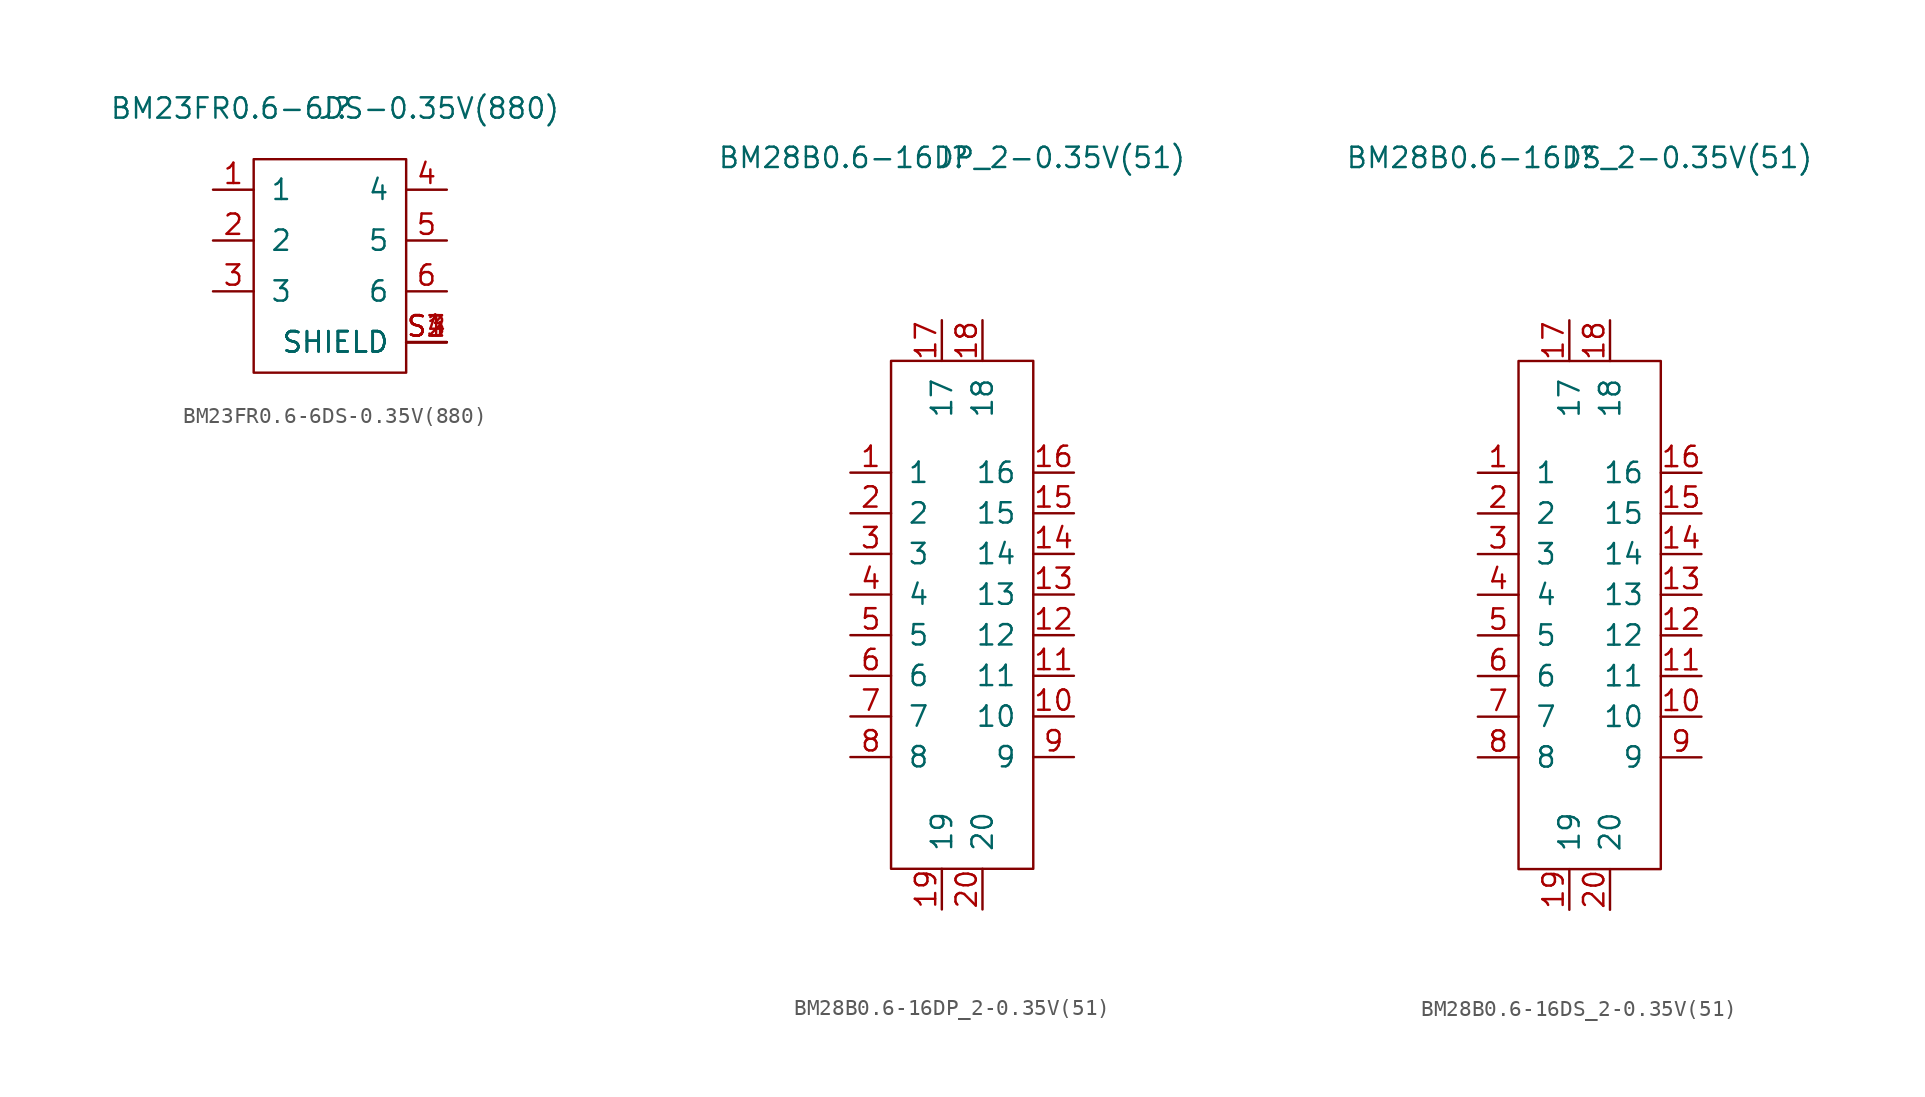
<source format=kicad_sym>
(kicad_symbol_lib
  (version 20211014)
  (generator kicad_symbol_editor)
  (symbol "BM23FR0.6-6DS-0.35V(880)"
    (pin_names
      (offset 1.016))
    (property "Reference" "J"
      (at 0 0 0)
      (effects (font (size 1.27 1.27))))
    (property "Value" "BM23FR0.6-6DS-0.35V(880)"
      (at 0 0 0)
      (effects (font (size 1.27 1.27))))
    (symbol "BM23FR0.6-6DS-0.35V(880)_0_1"
      (rectangle (start -5.08 -3.175) (end 4.445 -16.51) (stroke (width 0) (type default) (color 0 0 0 0)) (fill (type none))))
    (symbol "BM23FR0.6-6DS-0.35V(880)_1_1"
      (pin input line (at -7.62 -5.08 0) (length 2.54) (name "1" (effects (font (size 1.27 1.27)))) (number "1" (effects (font (size 1.27 1.27)))))
      (pin input line (at -7.62 -8.255 0) (length 2.54) (name "2" (effects (font (size 1.27 1.27)))) (number "2" (effects (font (size 1.27 1.27)))))
      (pin input line (at -7.62 -11.43 0) (length 2.54) (name "3" (effects (font (size 1.27 1.27)))) (number "3" (effects (font (size 1.27 1.27)))))
      (pin input line (at 6.985 -5.08 180) (length 2.54) (name "4" (effects (font (size 1.27 1.27)))) (number "4" (effects (font (size 1.27 1.27)))))
      (pin input line (at 6.985 -8.255 180) (length 2.54) (name "5" (effects (font (size 1.27 1.27)))) (number "5" (effects (font (size 1.27 1.27)))))
      (pin input line (at 6.985 -11.43 180) (length 2.54) (name "6" (effects (font (size 1.27 1.27)))) (number "6" (effects (font (size 1.27 1.27)))))
      (pin input line (at 6.985 -14.605 180) (length 2.54) (name "SHIELD" (effects (font (size 1.27 1.27)))) (number "S1" (effects (font (size 1.27 1.27)))))
      (pin input line (at 6.985 -14.605 180) (length 2.54) (name "SHIELD" (effects (font (size 1.27 1.27)))) (number "S2" (effects (font (size 1.27 1.27)))))
      (pin input line (at 6.985 -14.605 180) (length 2.54) (name "SHIELD" (effects (font (size 1.27 1.27)))) (number "S3" (effects (font (size 1.27 1.27)))))
      (pin input line (at 6.985 -14.605 180) (length 2.54) (name "SHIELD" (effects (font (size 1.27 1.27)))) (number "S4" (effects (font (size 1.27 1.27)))))))
  (symbol "BM28B0.6-16DP_2-0.35V(51)"
    (pin_names
      (offset 1.016))
    (property "Reference" "J"
      (at 0 0 0)
      (effects (font (size 1.27 1.27))))
    (property "Value" "BM28B0.6-16DP_2-0.35V(51)"
      (at 0 0 0)
      (effects (font (size 1.27 1.27))))
    (symbol "BM28B0.6-16DP_2-0.35V(51)_0_1"
      (rectangle (start -3.81 -12.7) (end 5.08 -44.45) (stroke (width 0) (type default) (color 0 0 0 0)) (fill (type none))))
    (symbol "BM28B0.6-16DP_2-0.35V(51)_1_1"
      (pin bidirectional line (at -6.35 -19.685 0) (length 2.54) (name "1" (effects (font (size 1.27 1.27)))) (number "1" (effects (font (size 1.27 1.27)))))
      (pin bidirectional line (at 7.62 -34.925 180) (length 2.54) (name "10" (effects (font (size 1.27 1.27)))) (number "10" (effects (font (size 1.27 1.27)))))
      (pin bidirectional line (at 7.62 -32.385 180) (length 2.54) (name "11" (effects (font (size 1.27 1.27)))) (number "11" (effects (font (size 1.27 1.27)))))
      (pin bidirectional line (at 7.62 -29.845 180) (length 2.54) (name "12" (effects (font (size 1.27 1.27)))) (number "12" (effects (font (size 1.27 1.27)))))
      (pin bidirectional line (at 7.62 -27.305 180) (length 2.54) (name "13" (effects (font (size 1.27 1.27)))) (number "13" (effects (font (size 1.27 1.27)))))
      (pin bidirectional line (at 7.62 -24.765 180) (length 2.54) (name "14" (effects (font (size 1.27 1.27)))) (number "14" (effects (font (size 1.27 1.27)))))
      (pin bidirectional line (at 7.62 -22.225 180) (length 2.54) (name "15" (effects (font (size 1.27 1.27)))) (number "15" (effects (font (size 1.27 1.27)))))
      (pin bidirectional line (at 7.62 -19.685 180) (length 2.54) (name "16" (effects (font (size 1.27 1.27)))) (number "16" (effects (font (size 1.27 1.27)))))
      (pin bidirectional line (at -0.635 -10.16 270) (length 2.54) (name "17" (effects (font (size 1.27 1.27)))) (number "17" (effects (font (size 1.27 1.27)))))
      (pin bidirectional line (at 1.905 -10.16 270) (length 2.54) (name "18" (effects (font (size 1.27 1.27)))) (number "18" (effects (font (size 1.27 1.27)))))
      (pin bidirectional line (at -0.635 -46.99 90) (length 2.54) (name "19" (effects (font (size 1.27 1.27)))) (number "19" (effects (font (size 1.27 1.27)))))
      (pin bidirectional line (at -6.35 -22.225 0) (length 2.54) (name "2" (effects (font (size 1.27 1.27)))) (number "2" (effects (font (size 1.27 1.27)))))
      (pin bidirectional line (at 1.905 -46.99 90) (length 2.54) (name "20" (effects (font (size 1.27 1.27)))) (number "20" (effects (font (size 1.27 1.27)))))
      (pin bidirectional line (at -6.35 -24.765 0) (length 2.54) (name "3" (effects (font (size 1.27 1.27)))) (number "3" (effects (font (size 1.27 1.27)))))
      (pin bidirectional line (at -6.35 -27.305 0) (length 2.54) (name "4" (effects (font (size 1.27 1.27)))) (number "4" (effects (font (size 1.27 1.27)))))
      (pin bidirectional line (at -6.35 -29.845 0) (length 2.54) (name "5" (effects (font (size 1.27 1.27)))) (number "5" (effects (font (size 1.27 1.27)))))
      (pin bidirectional line (at -6.35 -32.385 0) (length 2.54) (name "6" (effects (font (size 1.27 1.27)))) (number "6" (effects (font (size 1.27 1.27)))))
      (pin bidirectional line (at -6.35 -34.925 0) (length 2.54) (name "7" (effects (font (size 1.27 1.27)))) (number "7" (effects (font (size 1.27 1.27)))))
      (pin bidirectional line (at -6.35 -37.465 0) (length 2.54) (name "8" (effects (font (size 1.27 1.27)))) (number "8" (effects (font (size 1.27 1.27)))))
      (pin bidirectional line (at 7.62 -37.465 180) (length 2.54) (name "9" (effects (font (size 1.27 1.27)))) (number "9" (effects (font (size 1.27 1.27)))))))
  (symbol "BM28B0.6-16DS_2-0.35V(51)"
    (pin_names
      (offset 1.016))
    (property "Reference" "J"
      (at 0 0 0)
      (effects (font (size 1.27 1.27))))
    (property "Value" "BM28B0.6-16DS_2-0.35V(51)"
      (at 0 0 0)
      (effects (font (size 1.27 1.27))))
    (symbol "BM28B0.6-16DS_2-0.35V(51)_0_1"
      (rectangle (start -3.81 -12.7) (end 5.08 -44.45) (stroke (width 0) (type default) (color 0 0 0 0)) (fill (type none))))
    (symbol "BM28B0.6-16DS_2-0.35V(51)_1_1"
      (pin bidirectional line (at -6.35 -19.685 0) (length 2.54) (name "1" (effects (font (size 1.27 1.27)))) (number "1" (effects (font (size 1.27 1.27)))))
      (pin bidirectional line (at 7.62 -34.925 180) (length 2.54) (name "10" (effects (font (size 1.27 1.27)))) (number "10" (effects (font (size 1.27 1.27)))))
      (pin bidirectional line (at 7.62 -32.385 180) (length 2.54) (name "11" (effects (font (size 1.27 1.27)))) (number "11" (effects (font (size 1.27 1.27)))))
      (pin bidirectional line (at 7.62 -29.845 180) (length 2.54) (name "12" (effects (font (size 1.27 1.27)))) (number "12" (effects (font (size 1.27 1.27)))))
      (pin bidirectional line (at 7.62 -27.305 180) (length 2.54) (name "13" (effects (font (size 1.27 1.27)))) (number "13" (effects (font (size 1.27 1.27)))))
      (pin bidirectional line (at 7.62 -24.765 180) (length 2.54) (name "14" (effects (font (size 1.27 1.27)))) (number "14" (effects (font (size 1.27 1.27)))))
      (pin bidirectional line (at 7.62 -22.225 180) (length 2.54) (name "15" (effects (font (size 1.27 1.27)))) (number "15" (effects (font (size 1.27 1.27)))))
      (pin bidirectional line (at 7.62 -19.685 180) (length 2.54) (name "16" (effects (font (size 1.27 1.27)))) (number "16" (effects (font (size 1.27 1.27)))))
      (pin bidirectional line (at -0.635 -10.16 270) (length 2.54) (name "17" (effects (font (size 1.27 1.27)))) (number "17" (effects (font (size 1.27 1.27)))))
      (pin bidirectional line (at 1.905 -10.16 270) (length 2.54) (name "18" (effects (font (size 1.27 1.27)))) (number "18" (effects (font (size 1.27 1.27)))))
      (pin bidirectional line (at -0.635 -46.99 90) (length 2.54) (name "19" (effects (font (size 1.27 1.27)))) (number "19" (effects (font (size 1.27 1.27)))))
      (pin bidirectional line (at -6.35 -22.225 0) (length 2.54) (name "2" (effects (font (size 1.27 1.27)))) (number "2" (effects (font (size 1.27 1.27)))))
      (pin bidirectional line (at 1.905 -46.99 90) (length 2.54) (name "20" (effects (font (size 1.27 1.27)))) (number "20" (effects (font (size 1.27 1.27)))))
      (pin bidirectional line (at -6.35 -24.765 0) (length 2.54) (name "3" (effects (font (size 1.27 1.27)))) (number "3" (effects (font (size 1.27 1.27)))))
      (pin bidirectional line (at -6.35 -27.305 0) (length 2.54) (name "4" (effects (font (size 1.27 1.27)))) (number "4" (effects (font (size 1.27 1.27)))))
      (pin bidirectional line (at -6.35 -29.845 0) (length 2.54) (name "5" (effects (font (size 1.27 1.27)))) (number "5" (effects (font (size 1.27 1.27)))))
      (pin bidirectional line (at -6.35 -32.385 0) (length 2.54) (name "6" (effects (font (size 1.27 1.27)))) (number "6" (effects (font (size 1.27 1.27)))))
      (pin bidirectional line (at -6.35 -34.925 0) (length 2.54) (name "7" (effects (font (size 1.27 1.27)))) (number "7" (effects (font (size 1.27 1.27)))))
      (pin bidirectional line (at -6.35 -37.465 0) (length 2.54) (name "8" (effects (font (size 1.27 1.27)))) (number "8" (effects (font (size 1.27 1.27)))))
      (pin bidirectional line (at 7.62 -37.465 180) (length 2.54) (name "9" (effects (font (size 1.27 1.27)))) (number "9" (effects (font (size 1.27 1.27))))))))
</source>
